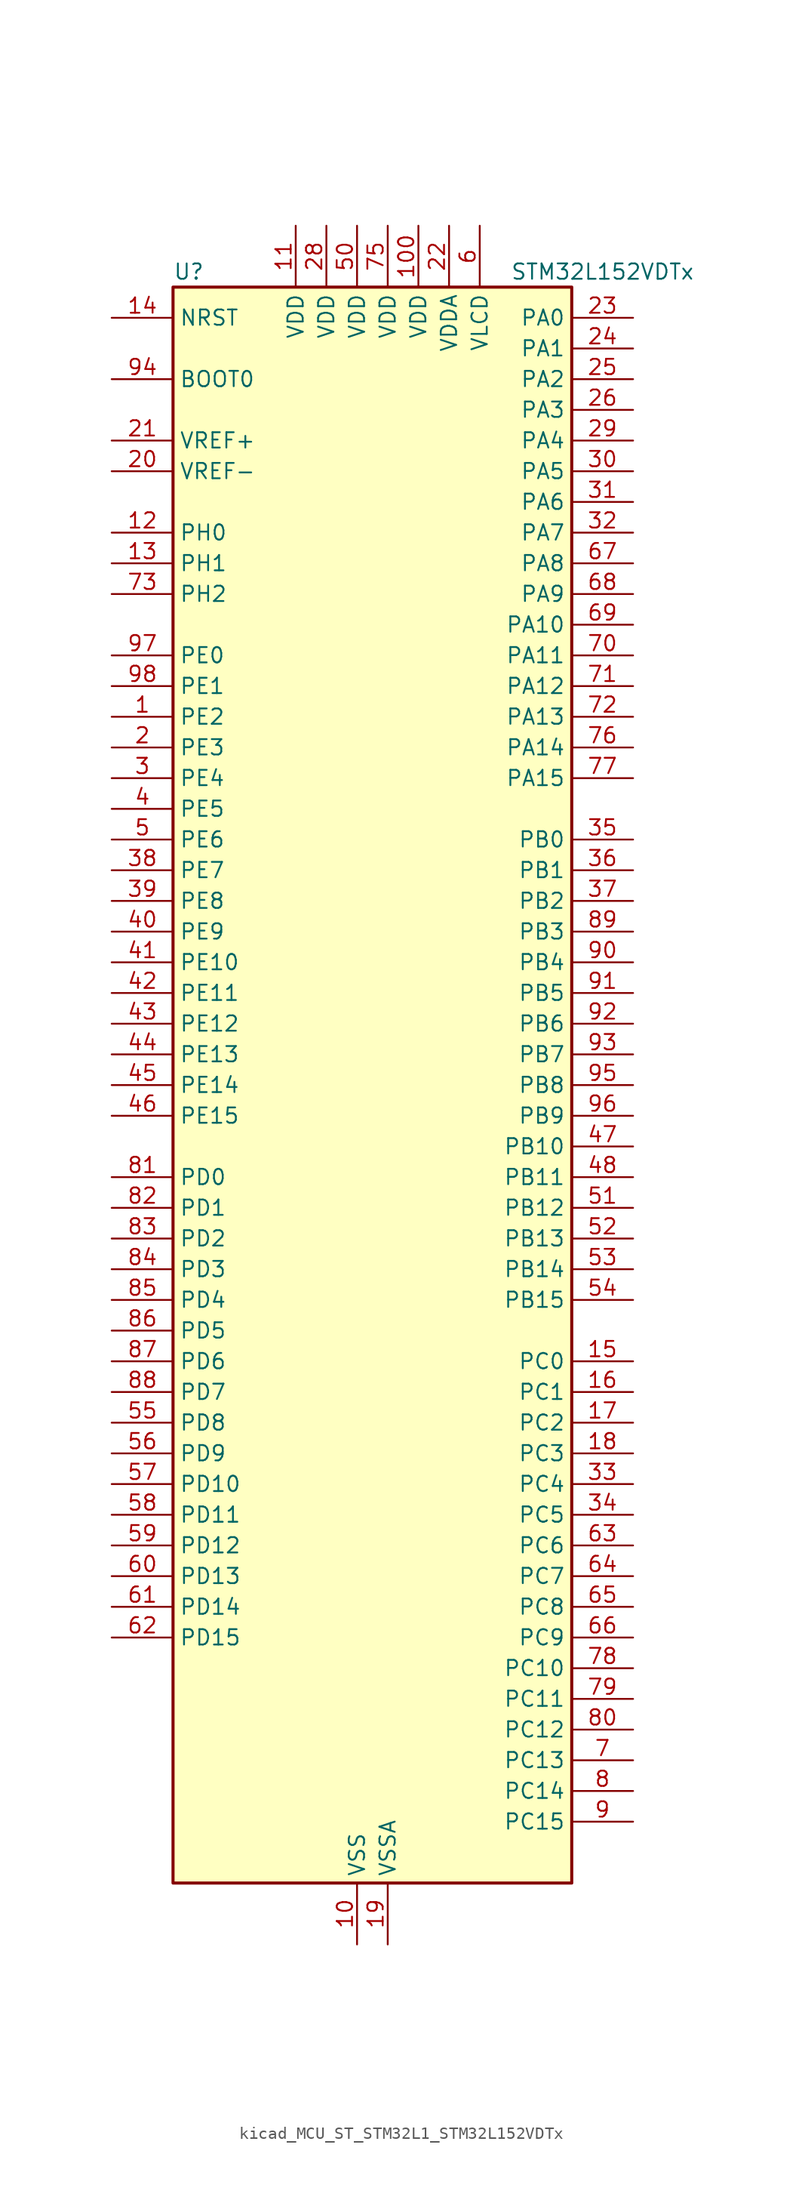
<source format=kicad_sym>
(kicad_symbol_lib
  (version 20220914)
  (generator kicad_symbol_editor)
  (symbol "kicad_MCU_ST_STM32L1_STM32L152VDTx"
    (property "Reference" "U"
      (at -15.24 67.31 0)
      (effects (font (size 1.27 1.27)) (justify left)))
    (property "Value" "STM32L152VDTx"
      (at 12.7 67.31 0)
      (effects (font (size 1.27 1.27)) (justify left)))
    (property "ki_locked" ""
      (at 0 0 0)
      (effects (font (size 1.27 1.27))))
    (symbol "kicad_MCU_ST_STM32L1_STM32L152VDTx_0_1"
      (rectangle (start -15.24 -66.04) (end 17.78 66.04) (stroke (width 0.254) (type default)) (fill (type background))))
    (symbol "kicad_MCU_ST_STM32L1_STM32L152VDTx_1_1"
      (pin bidirectional line (at -20.32 30.48 0) (length 5.08) (name "PE2" (effects (font (size 1.27 1.27)))) (number "1" (effects (font (size 1.27 1.27)))) (alternate "FSMC_A23" bidirectional line) (alternate "LCD_SEG38" bidirectional line) (alternate "SYS_TRACECK" bidirectional line) (alternate "TIM3_ETR" bidirectional line) (alternate "TIMX_IC3" bidirectional line))
      (pin power_in line (at 0 -71.12 90) (length 5.08) (name "VSS" (effects (font (size 1.27 1.27)))) (number "10" (effects (font (size 1.27 1.27)))))
      (pin power_in line (at 5.08 71.12 270) (length 5.08) (name "VDD" (effects (font (size 1.27 1.27)))) (number "100" (effects (font (size 1.27 1.27)))))
      (pin power_in line (at -5.08 71.12 270) (length 5.08) (name "VDD" (effects (font (size 1.27 1.27)))) (number "11" (effects (font (size 1.27 1.27)))))
      (pin bidirectional line (at -20.32 45.72 0) (length 5.08) (name "PH0" (effects (font (size 1.27 1.27)))) (number "12" (effects (font (size 1.27 1.27)))) (alternate "RCC_OSC_IN" bidirectional line))
      (pin bidirectional line (at -20.32 43.18 0) (length 5.08) (name "PH1" (effects (font (size 1.27 1.27)))) (number "13" (effects (font (size 1.27 1.27)))) (alternate "RCC_OSC_OUT" bidirectional line))
      (pin input line (at -20.32 63.5 0) (length 5.08) (name "NRST" (effects (font (size 1.27 1.27)))) (number "14" (effects (font (size 1.27 1.27)))))
      (pin bidirectional line (at 22.86 -22.86 180) (length 5.08) (name "PC0" (effects (font (size 1.27 1.27)))) (number "15" (effects (font (size 1.27 1.27)))) (alternate "ADC_IN10" bidirectional line) (alternate "COMP1_INP" bidirectional line) (alternate "LCD_SEG18" bidirectional line) (alternate "TIMX_IC1" bidirectional line) (alternate "TS_G8_IO1" bidirectional line))
      (pin bidirectional line (at 22.86 -25.4 180) (length 5.08) (name "PC1" (effects (font (size 1.27 1.27)))) (number "16" (effects (font (size 1.27 1.27)))) (alternate "ADC_IN11" bidirectional line) (alternate "COMP1_INP" bidirectional line) (alternate "LCD_SEG19" bidirectional line) (alternate "OPAMP3_VINP" bidirectional line) (alternate "TIMX_IC2" bidirectional line) (alternate "TS_G8_IO2" bidirectional line))
      (pin bidirectional line (at 22.86 -27.94 180) (length 5.08) (name "PC2" (effects (font (size 1.27 1.27)))) (number "17" (effects (font (size 1.27 1.27)))) (alternate "ADC_IN12" bidirectional line) (alternate "COMP1_INP" bidirectional line) (alternate "LCD_SEG20" bidirectional line) (alternate "OPAMP3_VINM" bidirectional line) (alternate "TIMX_IC3" bidirectional line) (alternate "TS_G8_IO3" bidirectional line))
      (pin bidirectional line (at 22.86 -30.48 180) (length 5.08) (name "PC3" (effects (font (size 1.27 1.27)))) (number "18" (effects (font (size 1.27 1.27)))) (alternate "ADC_IN13" bidirectional line) (alternate "COMP1_INP" bidirectional line) (alternate "LCD_SEG21" bidirectional line) (alternate "OPAMP3_VOUT" bidirectional line) (alternate "TIMX_IC4" bidirectional line) (alternate "TS_G8_IO4" bidirectional line))
      (pin power_in line (at 2.54 -71.12 90) (length 5.08) (name "VSSA" (effects (font (size 1.27 1.27)))) (number "19" (effects (font (size 1.27 1.27)))))
      (pin bidirectional line (at -20.32 27.94 0) (length 5.08) (name "PE3" (effects (font (size 1.27 1.27)))) (number "2" (effects (font (size 1.27 1.27)))) (alternate "FSMC_A19" bidirectional line) (alternate "LCD_SEG39" bidirectional line) (alternate "SYS_TRACED0" bidirectional line) (alternate "TIM3_CH1" bidirectional line) (alternate "TIMX_IC4" bidirectional line))
      (pin input line (at -20.32 50.8 0) (length 5.08) (name "VREF-" (effects (font (size 1.27 1.27)))) (number "20" (effects (font (size 1.27 1.27)))))
      (pin input line (at -20.32 53.34 0) (length 5.08) (name "VREF+" (effects (font (size 1.27 1.27)))) (number "21" (effects (font (size 1.27 1.27)))))
      (pin power_in line (at 7.62 71.12 270) (length 5.08) (name "VDDA" (effects (font (size 1.27 1.27)))) (number "22" (effects (font (size 1.27 1.27)))))
      (pin bidirectional line (at 22.86 63.5 180) (length 5.08) (name "PA0" (effects (font (size 1.27 1.27)))) (number "23" (effects (font (size 1.27 1.27)))) (alternate "ADC_IN0" bidirectional line) (alternate "COMP1_INP" bidirectional line) (alternate "RTC_TAMP2" bidirectional line) (alternate "SYS_WKUP1" bidirectional line) (alternate "TIM2_CH1" bidirectional line) (alternate "TIM2_ETR" bidirectional line) (alternate "TIM5_CH1" bidirectional line) (alternate "TIMX_IC1" bidirectional line) (alternate "TS_G1_IO1" bidirectional line) (alternate "USART2_CTS" bidirectional line))
      (pin bidirectional line (at 22.86 60.96 180) (length 5.08) (name "PA1" (effects (font (size 1.27 1.27)))) (number "24" (effects (font (size 1.27 1.27)))) (alternate "ADC_IN1" bidirectional line) (alternate "COMP1_INP" bidirectional line) (alternate "LCD_SEG0" bidirectional line) (alternate "OPAMP1_VINP" bidirectional line) (alternate "TIM2_CH2" bidirectional line) (alternate "TIM5_CH2" bidirectional line) (alternate "TIMX_IC2" bidirectional line) (alternate "TS_G1_IO2" bidirectional line) (alternate "USART2_RTS" bidirectional line))
      (pin bidirectional line (at 22.86 58.42 180) (length 5.08) (name "PA2" (effects (font (size 1.27 1.27)))) (number "25" (effects (font (size 1.27 1.27)))) (alternate "ADC_IN2" bidirectional line) (alternate "COMP1_INP" bidirectional line) (alternate "LCD_SEG1" bidirectional line) (alternate "OPAMP1_VINM" bidirectional line) (alternate "TIM2_CH3" bidirectional line) (alternate "TIM5_CH3" bidirectional line) (alternate "TIM9_CH1" bidirectional line) (alternate "TIMX_IC3" bidirectional line) (alternate "TS_G1_IO3" bidirectional line) (alternate "USART2_TX" bidirectional line))
      (pin bidirectional line (at 22.86 55.88 180) (length 5.08) (name "PA3" (effects (font (size 1.27 1.27)))) (number "26" (effects (font (size 1.27 1.27)))) (alternate "ADC_IN3" bidirectional line) (alternate "COMP1_INP" bidirectional line) (alternate "LCD_SEG2" bidirectional line) (alternate "OPAMP1_VOUT" bidirectional line) (alternate "TIM2_CH4" bidirectional line) (alternate "TIM5_CH4" bidirectional line) (alternate "TIM9_CH2" bidirectional line) (alternate "TIMX_IC4" bidirectional line) (alternate "TS_G1_IO4" bidirectional line) (alternate "USART2_RX" bidirectional line))
      (pin passive line (at 0 -71.12 90) (length 5.08) hide (name "VSS" (effects (font (size 1.27 1.27)))) (number "27" (effects (font (size 1.27 1.27)))))
      (pin power_in line (at -2.54 71.12 270) (length 5.08) (name "VDD" (effects (font (size 1.27 1.27)))) (number "28" (effects (font (size 1.27 1.27)))))
      (pin bidirectional line (at 22.86 53.34 180) (length 5.08) (name "PA4" (effects (font (size 1.27 1.27)))) (number "29" (effects (font (size 1.27 1.27)))) (alternate "ADC_IN4" bidirectional line) (alternate "COMP1_INP" bidirectional line) (alternate "DAC_OUT1" bidirectional line) (alternate "I2S3_WS" bidirectional line) (alternate "SPI1_NSS" bidirectional line) (alternate "SPI3_NSS" bidirectional line) (alternate "TIMX_IC1" bidirectional line) (alternate "USART2_CK" bidirectional line))
      (pin bidirectional line (at -20.32 25.4 0) (length 5.08) (name "PE4" (effects (font (size 1.27 1.27)))) (number "3" (effects (font (size 1.27 1.27)))) (alternate "FSMC_A20" bidirectional line) (alternate "SYS_TRACED1" bidirectional line) (alternate "TIM3_CH2" bidirectional line) (alternate "TIMX_IC1" bidirectional line))
      (pin bidirectional line (at 22.86 50.8 180) (length 5.08) (name "PA5" (effects (font (size 1.27 1.27)))) (number "30" (effects (font (size 1.27 1.27)))) (alternate "ADC_IN5" bidirectional line) (alternate "COMP1_INP" bidirectional line) (alternate "DAC_OUT2" bidirectional line) (alternate "SPI1_SCK" bidirectional line) (alternate "TIM2_CH1" bidirectional line) (alternate "TIM2_ETR" bidirectional line) (alternate "TIMX_IC2" bidirectional line))
      (pin bidirectional line (at 22.86 48.26 180) (length 5.08) (name "PA6" (effects (font (size 1.27 1.27)))) (number "31" (effects (font (size 1.27 1.27)))) (alternate "ADC_IN6" bidirectional line) (alternate "COMP1_INP" bidirectional line) (alternate "LCD_SEG3" bidirectional line) (alternate "OPAMP2_VINP" bidirectional line) (alternate "SPI1_MISO" bidirectional line) (alternate "TIM10_CH1" bidirectional line) (alternate "TIM3_CH1" bidirectional line) (alternate "TIMX_IC3" bidirectional line) (alternate "TS_G2_IO1" bidirectional line))
      (pin bidirectional line (at 22.86 45.72 180) (length 5.08) (name "PA7" (effects (font (size 1.27 1.27)))) (number "32" (effects (font (size 1.27 1.27)))) (alternate "ADC_IN7" bidirectional line) (alternate "COMP1_INP" bidirectional line) (alternate "LCD_SEG4" bidirectional line) (alternate "OPAMP2_VINM" bidirectional line) (alternate "SPI1_MOSI" bidirectional line) (alternate "TIM11_CH1" bidirectional line) (alternate "TIM3_CH2" bidirectional line) (alternate "TIMX_IC4" bidirectional line) (alternate "TS_G2_IO2" bidirectional line))
      (pin bidirectional line (at 22.86 -33.02 180) (length 5.08) (name "PC4" (effects (font (size 1.27 1.27)))) (number "33" (effects (font (size 1.27 1.27)))) (alternate "ADC_IN14" bidirectional line) (alternate "COMP1_INP" bidirectional line) (alternate "LCD_SEG22" bidirectional line) (alternate "TIMX_IC1" bidirectional line) (alternate "TS_G9_IO1" bidirectional line))
      (pin bidirectional line (at 22.86 -35.56 180) (length 5.08) (name "PC5" (effects (font (size 1.27 1.27)))) (number "34" (effects (font (size 1.27 1.27)))) (alternate "ADC_IN15" bidirectional line) (alternate "COMP1_INP" bidirectional line) (alternate "LCD_SEG23" bidirectional line) (alternate "TIMX_IC2" bidirectional line) (alternate "TS_G9_IO2" bidirectional line))
      (pin bidirectional line (at 22.86 20.32 180) (length 5.08) (name "PB0" (effects (font (size 1.27 1.27)))) (number "35" (effects (font (size 1.27 1.27)))) (alternate "ADC_IN8" bidirectional line) (alternate "COMP1_INP" bidirectional line) (alternate "LCD_SEG5" bidirectional line) (alternate "OPAMP2_VOUT" bidirectional line) (alternate "SYS_V_REF_OUT" bidirectional line) (alternate "TIM3_CH3" bidirectional line) (alternate "TS_G3_IO1" bidirectional line))
      (pin bidirectional line (at 22.86 17.78 180) (length 5.08) (name "PB1" (effects (font (size 1.27 1.27)))) (number "36" (effects (font (size 1.27 1.27)))) (alternate "ADC_IN9" bidirectional line) (alternate "COMP1_INP" bidirectional line) (alternate "LCD_SEG6" bidirectional line) (alternate "SYS_V_REF_OUT" bidirectional line) (alternate "TIM3_CH4" bidirectional line) (alternate "TS_G3_IO2" bidirectional line))
      (pin bidirectional line (at 22.86 15.24 180) (length 5.08) (name "PB2" (effects (font (size 1.27 1.27)))) (number "37" (effects (font (size 1.27 1.27)))) (alternate "TS_G3_IO3" bidirectional line))
      (pin bidirectional line (at -20.32 17.78 0) (length 5.08) (name "PE7" (effects (font (size 1.27 1.27)))) (number "38" (effects (font (size 1.27 1.27)))) (alternate "ADC_IN22" bidirectional line) (alternate "COMP1_INP" bidirectional line) (alternate "FSMC_D4" bidirectional line) (alternate "FSMC_DA4" bidirectional line) (alternate "TIMX_IC4" bidirectional line))
      (pin bidirectional line (at -20.32 15.24 0) (length 5.08) (name "PE8" (effects (font (size 1.27 1.27)))) (number "39" (effects (font (size 1.27 1.27)))) (alternate "ADC_IN23" bidirectional line) (alternate "COMP1_INP" bidirectional line) (alternate "FSMC_D5" bidirectional line) (alternate "FSMC_DA5" bidirectional line) (alternate "TIMX_IC1" bidirectional line))
      (pin bidirectional line (at -20.32 22.86 0) (length 5.08) (name "PE5" (effects (font (size 1.27 1.27)))) (number "4" (effects (font (size 1.27 1.27)))) (alternate "FSMC_A21" bidirectional line) (alternate "SYS_TRACED2" bidirectional line) (alternate "TIM9_CH1" bidirectional line) (alternate "TIMX_IC2" bidirectional line))
      (pin bidirectional line (at -20.32 12.7 0) (length 5.08) (name "PE9" (effects (font (size 1.27 1.27)))) (number "40" (effects (font (size 1.27 1.27)))) (alternate "ADC_IN24" bidirectional line) (alternate "COMP1_INP" bidirectional line) (alternate "DAC_EXTI9" bidirectional line) (alternate "FSMC_D6" bidirectional line) (alternate "FSMC_DA6" bidirectional line) (alternate "TIM2_CH1" bidirectional line) (alternate "TIM2_ETR" bidirectional line) (alternate "TIMX_IC2" bidirectional line))
      (pin bidirectional line (at -20.32 10.16 0) (length 5.08) (name "PE10" (effects (font (size 1.27 1.27)))) (number "41" (effects (font (size 1.27 1.27)))) (alternate "ADC_IN25" bidirectional line) (alternate "COMP1_INP" bidirectional line) (alternate "FSMC_D7" bidirectional line) (alternate "FSMC_DA7" bidirectional line) (alternate "TIM2_CH2" bidirectional line) (alternate "TIMX_IC3" bidirectional line))
      (pin bidirectional line (at -20.32 7.62 0) (length 5.08) (name "PE11" (effects (font (size 1.27 1.27)))) (number "42" (effects (font (size 1.27 1.27)))) (alternate "ADC_EXTI11" bidirectional line) (alternate "FSMC_D8" bidirectional line) (alternate "FSMC_DA8" bidirectional line) (alternate "TIM2_CH3" bidirectional line) (alternate "TIMX_IC4" bidirectional line))
      (pin bidirectional line (at -20.32 5.08 0) (length 5.08) (name "PE12" (effects (font (size 1.27 1.27)))) (number "43" (effects (font (size 1.27 1.27)))) (alternate "FSMC_D9" bidirectional line) (alternate "FSMC_DA9" bidirectional line) (alternate "SPI1_NSS" bidirectional line) (alternate "TIM2_CH4" bidirectional line) (alternate "TIMX_IC1" bidirectional line))
      (pin bidirectional line (at -20.32 2.54 0) (length 5.08) (name "PE13" (effects (font (size 1.27 1.27)))) (number "44" (effects (font (size 1.27 1.27)))) (alternate "FSMC_D10" bidirectional line) (alternate "FSMC_DA10" bidirectional line) (alternate "SPI1_SCK" bidirectional line) (alternate "TIMX_IC2" bidirectional line))
      (pin bidirectional line (at -20.32 0 0) (length 5.08) (name "PE14" (effects (font (size 1.27 1.27)))) (number "45" (effects (font (size 1.27 1.27)))) (alternate "FSMC_D11" bidirectional line) (alternate "FSMC_DA11" bidirectional line) (alternate "SPI1_MISO" bidirectional line) (alternate "TIMX_IC3" bidirectional line))
      (pin bidirectional line (at -20.32 -2.54 0) (length 5.08) (name "PE15" (effects (font (size 1.27 1.27)))) (number "46" (effects (font (size 1.27 1.27)))) (alternate "ADC_EXTI15" bidirectional line) (alternate "FSMC_D12" bidirectional line) (alternate "FSMC_DA12" bidirectional line) (alternate "SPI1_MOSI" bidirectional line) (alternate "TIMX_IC4" bidirectional line))
      (pin bidirectional line (at 22.86 -5.08 180) (length 5.08) (name "PB10" (effects (font (size 1.27 1.27)))) (number "47" (effects (font (size 1.27 1.27)))) (alternate "I2C2_SCL" bidirectional line) (alternate "LCD_SEG10" bidirectional line) (alternate "TIM2_CH3" bidirectional line) (alternate "USART3_TX" bidirectional line))
      (pin bidirectional line (at 22.86 -7.62 180) (length 5.08) (name "PB11" (effects (font (size 1.27 1.27)))) (number "48" (effects (font (size 1.27 1.27)))) (alternate "ADC_EXTI11" bidirectional line) (alternate "I2C2_SDA" bidirectional line) (alternate "LCD_SEG11" bidirectional line) (alternate "TIM2_CH4" bidirectional line) (alternate "USART3_RX" bidirectional line))
      (pin passive line (at 0 -71.12 90) (length 5.08) hide (name "VSS" (effects (font (size 1.27 1.27)))) (number "49" (effects (font (size 1.27 1.27)))))
      (pin bidirectional line (at -20.32 20.32 0) (length 5.08) (name "PE6" (effects (font (size 1.27 1.27)))) (number "5" (effects (font (size 1.27 1.27)))) (alternate "RTC_TAMP3" bidirectional line) (alternate "SYS_TRACED3" bidirectional line) (alternate "SYS_WKUP3" bidirectional line) (alternate "TIM9_CH2" bidirectional line) (alternate "TIMX_IC3" bidirectional line))
      (pin power_in line (at 0 71.12 270) (length 5.08) (name "VDD" (effects (font (size 1.27 1.27)))) (number "50" (effects (font (size 1.27 1.27)))))
      (pin bidirectional line (at 22.86 -10.16 180) (length 5.08) (name "PB12" (effects (font (size 1.27 1.27)))) (number "51" (effects (font (size 1.27 1.27)))) (alternate "ADC_IN18" bidirectional line) (alternate "COMP1_INP" bidirectional line) (alternate "I2C2_SMBA" bidirectional line) (alternate "I2S2_WS" bidirectional line) (alternate "LCD_SEG12" bidirectional line) (alternate "SPI2_NSS" bidirectional line) (alternate "TIM10_CH1" bidirectional line) (alternate "TS_G7_IO1" bidirectional line) (alternate "USART3_CK" bidirectional line))
      (pin bidirectional line (at 22.86 -12.7 180) (length 5.08) (name "PB13" (effects (font (size 1.27 1.27)))) (number "52" (effects (font (size 1.27 1.27)))) (alternate "ADC_IN19" bidirectional line) (alternate "COMP1_INP" bidirectional line) (alternate "I2S2_CK" bidirectional line) (alternate "LCD_SEG13" bidirectional line) (alternate "SPI2_SCK" bidirectional line) (alternate "TIM9_CH1" bidirectional line) (alternate "TS_G7_IO2" bidirectional line) (alternate "USART3_CTS" bidirectional line))
      (pin bidirectional line (at 22.86 -15.24 180) (length 5.08) (name "PB14" (effects (font (size 1.27 1.27)))) (number "53" (effects (font (size 1.27 1.27)))) (alternate "ADC_IN20" bidirectional line) (alternate "COMP1_INP" bidirectional line) (alternate "LCD_SEG14" bidirectional line) (alternate "SPI2_MISO" bidirectional line) (alternate "TIM9_CH2" bidirectional line) (alternate "TS_G7_IO3" bidirectional line) (alternate "USART3_RTS" bidirectional line))
      (pin bidirectional line (at 22.86 -17.78 180) (length 5.08) (name "PB15" (effects (font (size 1.27 1.27)))) (number "54" (effects (font (size 1.27 1.27)))) (alternate "ADC_EXTI15" bidirectional line) (alternate "ADC_IN21" bidirectional line) (alternate "COMP1_INP" bidirectional line) (alternate "I2S2_SD" bidirectional line) (alternate "LCD_SEG15" bidirectional line) (alternate "RTC_REFIN" bidirectional line) (alternate "SPI2_MOSI" bidirectional line) (alternate "TIM11_CH1" bidirectional line) (alternate "TS_G7_IO4" bidirectional line))
      (pin bidirectional line (at -20.32 -27.94 0) (length 5.08) (name "PD8" (effects (font (size 1.27 1.27)))) (number "55" (effects (font (size 1.27 1.27)))) (alternate "FSMC_D13" bidirectional line) (alternate "FSMC_DA13" bidirectional line) (alternate "LCD_SEG28" bidirectional line) (alternate "TIMX_IC1" bidirectional line) (alternate "USART3_TX" bidirectional line))
      (pin bidirectional line (at -20.32 -30.48 0) (length 5.08) (name "PD9" (effects (font (size 1.27 1.27)))) (number "56" (effects (font (size 1.27 1.27)))) (alternate "DAC_EXTI9" bidirectional line) (alternate "FSMC_D14" bidirectional line) (alternate "FSMC_DA14" bidirectional line) (alternate "LCD_SEG29" bidirectional line) (alternate "TIMX_IC2" bidirectional line) (alternate "USART3_RX" bidirectional line))
      (pin bidirectional line (at -20.32 -33.02 0) (length 5.08) (name "PD10" (effects (font (size 1.27 1.27)))) (number "57" (effects (font (size 1.27 1.27)))) (alternate "FSMC_D15" bidirectional line) (alternate "FSMC_DA15" bidirectional line) (alternate "LCD_SEG30" bidirectional line) (alternate "TIMX_IC3" bidirectional line) (alternate "USART3_CK" bidirectional line))
      (pin bidirectional line (at -20.32 -35.56 0) (length 5.08) (name "PD11" (effects (font (size 1.27 1.27)))) (number "58" (effects (font (size 1.27 1.27)))) (alternate "ADC_EXTI11" bidirectional line) (alternate "FSMC_A16" bidirectional line) (alternate "LCD_SEG31" bidirectional line) (alternate "TIMX_IC4" bidirectional line) (alternate "USART3_CTS" bidirectional line))
      (pin bidirectional line (at -20.32 -38.1 0) (length 5.08) (name "PD12" (effects (font (size 1.27 1.27)))) (number "59" (effects (font (size 1.27 1.27)))) (alternate "FSMC_A17" bidirectional line) (alternate "LCD_SEG32" bidirectional line) (alternate "TIM4_CH1" bidirectional line) (alternate "TIMX_IC1" bidirectional line) (alternate "USART3_RTS" bidirectional line))
      (pin power_in line (at 10.16 71.12 270) (length 5.08) (name "VLCD" (effects (font (size 1.27 1.27)))) (number "6" (effects (font (size 1.27 1.27)))))
      (pin bidirectional line (at -20.32 -40.64 0) (length 5.08) (name "PD13" (effects (font (size 1.27 1.27)))) (number "60" (effects (font (size 1.27 1.27)))) (alternate "FSMC_A18" bidirectional line) (alternate "LCD_SEG33" bidirectional line) (alternate "TIM4_CH2" bidirectional line) (alternate "TIMX_IC2" bidirectional line))
      (pin bidirectional line (at -20.32 -43.18 0) (length 5.08) (name "PD14" (effects (font (size 1.27 1.27)))) (number "61" (effects (font (size 1.27 1.27)))) (alternate "FSMC_D0" bidirectional line) (alternate "FSMC_DA0" bidirectional line) (alternate "LCD_SEG34" bidirectional line) (alternate "TIM4_CH3" bidirectional line) (alternate "TIMX_IC3" bidirectional line))
      (pin bidirectional line (at -20.32 -45.72 0) (length 5.08) (name "PD15" (effects (font (size 1.27 1.27)))) (number "62" (effects (font (size 1.27 1.27)))) (alternate "ADC_EXTI15" bidirectional line) (alternate "FSMC_D1" bidirectional line) (alternate "FSMC_DA1" bidirectional line) (alternate "LCD_SEG35" bidirectional line) (alternate "TIM4_CH4" bidirectional line) (alternate "TIMX_IC4" bidirectional line))
      (pin bidirectional line (at 22.86 -38.1 180) (length 5.08) (name "PC6" (effects (font (size 1.27 1.27)))) (number "63" (effects (font (size 1.27 1.27)))) (alternate "I2S2_MCK" bidirectional line) (alternate "LCD_SEG24" bidirectional line) (alternate "SDIO_D6" bidirectional line) (alternate "TIM3_CH1" bidirectional line) (alternate "TIMX_IC3" bidirectional line) (alternate "TS_G10_IO1" bidirectional line))
      (pin bidirectional line (at 22.86 -40.64 180) (length 5.08) (name "PC7" (effects (font (size 1.27 1.27)))) (number "64" (effects (font (size 1.27 1.27)))) (alternate "I2S3_MCK" bidirectional line) (alternate "LCD_SEG25" bidirectional line) (alternate "SDIO_D7" bidirectional line) (alternate "TIM3_CH2" bidirectional line) (alternate "TIMX_IC4" bidirectional line) (alternate "TS_G10_IO2" bidirectional line))
      (pin bidirectional line (at 22.86 -43.18 180) (length 5.08) (name "PC8" (effects (font (size 1.27 1.27)))) (number "65" (effects (font (size 1.27 1.27)))) (alternate "LCD_SEG26" bidirectional line) (alternate "SDIO_D0" bidirectional line) (alternate "TIM3_CH3" bidirectional line) (alternate "TIMX_IC1" bidirectional line) (alternate "TS_G10_IO3" bidirectional line))
      (pin bidirectional line (at 22.86 -45.72 180) (length 5.08) (name "PC9" (effects (font (size 1.27 1.27)))) (number "66" (effects (font (size 1.27 1.27)))) (alternate "DAC_EXTI9" bidirectional line) (alternate "LCD_SEG27" bidirectional line) (alternate "SDIO_D1" bidirectional line) (alternate "TIM3_CH4" bidirectional line) (alternate "TIMX_IC2" bidirectional line) (alternate "TS_G10_IO4" bidirectional line))
      (pin bidirectional line (at 22.86 43.18 180) (length 5.08) (name "PA8" (effects (font (size 1.27 1.27)))) (number "67" (effects (font (size 1.27 1.27)))) (alternate "LCD_COM0" bidirectional line) (alternate "RCC_MCO" bidirectional line) (alternate "TIMX_IC1" bidirectional line) (alternate "TS_G4_IO1" bidirectional line) (alternate "USART1_CK" bidirectional line))
      (pin bidirectional line (at 22.86 40.64 180) (length 5.08) (name "PA9" (effects (font (size 1.27 1.27)))) (number "68" (effects (font (size 1.27 1.27)))) (alternate "DAC_EXTI9" bidirectional line) (alternate "LCD_COM1" bidirectional line) (alternate "TIMX_IC2" bidirectional line) (alternate "TS_G4_IO2" bidirectional line) (alternate "USART1_TX" bidirectional line))
      (pin bidirectional line (at 22.86 38.1 180) (length 5.08) (name "PA10" (effects (font (size 1.27 1.27)))) (number "69" (effects (font (size 1.27 1.27)))) (alternate "LCD_COM2" bidirectional line) (alternate "TIMX_IC3" bidirectional line) (alternate "TS_G4_IO3" bidirectional line) (alternate "USART1_RX" bidirectional line))
      (pin bidirectional line (at 22.86 -55.88 180) (length 5.08) (name "PC13" (effects (font (size 1.27 1.27)))) (number "7" (effects (font (size 1.27 1.27)))) (alternate "RTC_OUT_ALARM" bidirectional line) (alternate "RTC_OUT_CALIB" bidirectional line) (alternate "RTC_TAMP1" bidirectional line) (alternate "RTC_TS" bidirectional line) (alternate "SYS_WKUP2" bidirectional line) (alternate "TIMX_IC2" bidirectional line))
      (pin bidirectional line (at 22.86 35.56 180) (length 5.08) (name "PA11" (effects (font (size 1.27 1.27)))) (number "70" (effects (font (size 1.27 1.27)))) (alternate "ADC_EXTI11" bidirectional line) (alternate "SPI1_MISO" bidirectional line) (alternate "TIMX_IC4" bidirectional line) (alternate "USART1_CTS" bidirectional line) (alternate "USB_DM" bidirectional line))
      (pin bidirectional line (at 22.86 33.02 180) (length 5.08) (name "PA12" (effects (font (size 1.27 1.27)))) (number "71" (effects (font (size 1.27 1.27)))) (alternate "SPI1_MOSI" bidirectional line) (alternate "TIMX_IC1" bidirectional line) (alternate "USART1_RTS" bidirectional line) (alternate "USB_DP" bidirectional line))
      (pin bidirectional line (at 22.86 30.48 180) (length 5.08) (name "PA13" (effects (font (size 1.27 1.27)))) (number "72" (effects (font (size 1.27 1.27)))) (alternate "SYS_JTMS-SWDIO" bidirectional line) (alternate "TIMX_IC2" bidirectional line) (alternate "TS_G5_IO1" bidirectional line))
      (pin bidirectional line (at -20.32 40.64 0) (length 5.08) (name "PH2" (effects (font (size 1.27 1.27)))) (number "73" (effects (font (size 1.27 1.27)))) (alternate "FSMC_A22" bidirectional line))
      (pin passive line (at 0 -71.12 90) (length 5.08) hide (name "VSS" (effects (font (size 1.27 1.27)))) (number "74" (effects (font (size 1.27 1.27)))))
      (pin power_in line (at 2.54 71.12 270) (length 5.08) (name "VDD" (effects (font (size 1.27 1.27)))) (number "75" (effects (font (size 1.27 1.27)))))
      (pin bidirectional line (at 22.86 27.94 180) (length 5.08) (name "PA14" (effects (font (size 1.27 1.27)))) (number "76" (effects (font (size 1.27 1.27)))) (alternate "SYS_JTCK-SWCLK" bidirectional line) (alternate "TIMX_IC3" bidirectional line) (alternate "TS_G5_IO2" bidirectional line))
      (pin bidirectional line (at 22.86 25.4 180) (length 5.08) (name "PA15" (effects (font (size 1.27 1.27)))) (number "77" (effects (font (size 1.27 1.27)))) (alternate "ADC_EXTI15" bidirectional line) (alternate "I2S3_WS" bidirectional line) (alternate "LCD_SEG17" bidirectional line) (alternate "SPI1_NSS" bidirectional line) (alternate "SPI3_NSS" bidirectional line) (alternate "SYS_JTDI" bidirectional line) (alternate "TIM2_CH1" bidirectional line) (alternate "TIM2_ETR" bidirectional line) (alternate "TIMX_IC4" bidirectional line) (alternate "TS_G5_IO3" bidirectional line))
      (pin bidirectional line (at 22.86 -48.26 180) (length 5.08) (name "PC10" (effects (font (size 1.27 1.27)))) (number "78" (effects (font (size 1.27 1.27)))) (alternate "I2S3_CK" bidirectional line) (alternate "LCD_COM4" bidirectional line) (alternate "LCD_SEG28" bidirectional line) (alternate "LCD_SEG40" bidirectional line) (alternate "SDIO_D2" bidirectional line) (alternate "SPI3_SCK" bidirectional line) (alternate "TIMX_IC3" bidirectional line) (alternate "UART4_TX" bidirectional line) (alternate "USART3_TX" bidirectional line))
      (pin bidirectional line (at 22.86 -50.8 180) (length 5.08) (name "PC11" (effects (font (size 1.27 1.27)))) (number "79" (effects (font (size 1.27 1.27)))) (alternate "ADC_EXTI11" bidirectional line) (alternate "LCD_COM5" bidirectional line) (alternate "LCD_SEG29" bidirectional line) (alternate "LCD_SEG41" bidirectional line) (alternate "SDIO_D3" bidirectional line) (alternate "SPI3_MISO" bidirectional line) (alternate "TIMX_IC4" bidirectional line) (alternate "UART4_RX" bidirectional line) (alternate "USART3_RX" bidirectional line))
      (pin bidirectional line (at 22.86 -58.42 180) (length 5.08) (name "PC14" (effects (font (size 1.27 1.27)))) (number "8" (effects (font (size 1.27 1.27)))) (alternate "RCC_OSC32_IN" bidirectional line) (alternate "TIMX_IC3" bidirectional line))
      (pin bidirectional line (at 22.86 -53.34 180) (length 5.08) (name "PC12" (effects (font (size 1.27 1.27)))) (number "80" (effects (font (size 1.27 1.27)))) (alternate "I2S3_SD" bidirectional line) (alternate "LCD_COM6" bidirectional line) (alternate "LCD_SEG30" bidirectional line) (alternate "LCD_SEG42" bidirectional line) (alternate "SDIO_CK" bidirectional line) (alternate "SPI3_MOSI" bidirectional line) (alternate "TIMX_IC1" bidirectional line) (alternate "UART5_TX" bidirectional line) (alternate "USART3_CK" bidirectional line))
      (pin bidirectional line (at -20.32 -7.62 0) (length 5.08) (name "PD0" (effects (font (size 1.27 1.27)))) (number "81" (effects (font (size 1.27 1.27)))) (alternate "FSMC_D2" bidirectional line) (alternate "FSMC_DA2" bidirectional line) (alternate "I2S2_WS" bidirectional line) (alternate "SPI2_NSS" bidirectional line) (alternate "TIM9_CH1" bidirectional line) (alternate "TIMX_IC1" bidirectional line))
      (pin bidirectional line (at -20.32 -10.16 0) (length 5.08) (name "PD1" (effects (font (size 1.27 1.27)))) (number "82" (effects (font (size 1.27 1.27)))) (alternate "FSMC_D3" bidirectional line) (alternate "FSMC_DA3" bidirectional line) (alternate "I2S2_CK" bidirectional line) (alternate "SPI2_SCK" bidirectional line) (alternate "TIMX_IC2" bidirectional line))
      (pin bidirectional line (at -20.32 -12.7 0) (length 5.08) (name "PD2" (effects (font (size 1.27 1.27)))) (number "83" (effects (font (size 1.27 1.27)))) (alternate "LCD_COM7" bidirectional line) (alternate "LCD_SEG31" bidirectional line) (alternate "LCD_SEG43" bidirectional line) (alternate "SDIO_CMD" bidirectional line) (alternate "TIM3_ETR" bidirectional line) (alternate "TIMX_IC3" bidirectional line) (alternate "UART5_RX" bidirectional line))
      (pin bidirectional line (at -20.32 -15.24 0) (length 5.08) (name "PD3" (effects (font (size 1.27 1.27)))) (number "84" (effects (font (size 1.27 1.27)))) (alternate "FSMC_CLK" bidirectional line) (alternate "SPI2_MISO" bidirectional line) (alternate "TIMX_IC4" bidirectional line) (alternate "USART2_CTS" bidirectional line))
      (pin bidirectional line (at -20.32 -17.78 0) (length 5.08) (name "PD4" (effects (font (size 1.27 1.27)))) (number "85" (effects (font (size 1.27 1.27)))) (alternate "FSMC_NOE" bidirectional line) (alternate "I2S2_SD" bidirectional line) (alternate "SPI2_MOSI" bidirectional line) (alternate "TIMX_IC1" bidirectional line) (alternate "USART2_RTS" bidirectional line))
      (pin bidirectional line (at -20.32 -20.32 0) (length 5.08) (name "PD5" (effects (font (size 1.27 1.27)))) (number "86" (effects (font (size 1.27 1.27)))) (alternate "FSMC_NWE" bidirectional line) (alternate "TIMX_IC2" bidirectional line) (alternate "USART2_TX" bidirectional line))
      (pin bidirectional line (at -20.32 -22.86 0) (length 5.08) (name "PD6" (effects (font (size 1.27 1.27)))) (number "87" (effects (font (size 1.27 1.27)))) (alternate "FSMC_NWAIT" bidirectional line) (alternate "TIMX_IC3" bidirectional line) (alternate "USART2_RX" bidirectional line))
      (pin bidirectional line (at -20.32 -25.4 0) (length 5.08) (name "PD7" (effects (font (size 1.27 1.27)))) (number "88" (effects (font (size 1.27 1.27)))) (alternate "FSMC_NE1" bidirectional line) (alternate "TIM9_CH2" bidirectional line) (alternate "TIMX_IC4" bidirectional line) (alternate "USART2_CK" bidirectional line))
      (pin bidirectional line (at 22.86 12.7 180) (length 5.08) (name "PB3" (effects (font (size 1.27 1.27)))) (number "89" (effects (font (size 1.27 1.27)))) (alternate "COMP2_INM" bidirectional line) (alternate "I2S3_CK" bidirectional line) (alternate "LCD_SEG7" bidirectional line) (alternate "SPI1_SCK" bidirectional line) (alternate "SPI3_SCK" bidirectional line) (alternate "SYS_JTDO-TRACESWO" bidirectional line) (alternate "TIM2_CH2" bidirectional line))
      (pin bidirectional line (at 22.86 -60.96 180) (length 5.08) (name "PC15" (effects (font (size 1.27 1.27)))) (number "9" (effects (font (size 1.27 1.27)))) (alternate "ADC_EXTI15" bidirectional line) (alternate "RCC_OSC32_OUT" bidirectional line) (alternate "TIMX_IC4" bidirectional line))
      (pin bidirectional line (at 22.86 10.16 180) (length 5.08) (name "PB4" (effects (font (size 1.27 1.27)))) (number "90" (effects (font (size 1.27 1.27)))) (alternate "COMP2_INP" bidirectional line) (alternate "LCD_SEG8" bidirectional line) (alternate "SPI1_MISO" bidirectional line) (alternate "SPI3_MISO" bidirectional line) (alternate "SYS_JTRST" bidirectional line) (alternate "TIM3_CH1" bidirectional line) (alternate "TS_G6_IO1" bidirectional line))
      (pin bidirectional line (at 22.86 7.62 180) (length 5.08) (name "PB5" (effects (font (size 1.27 1.27)))) (number "91" (effects (font (size 1.27 1.27)))) (alternate "COMP2_INP" bidirectional line) (alternate "I2C1_SMBA" bidirectional line) (alternate "I2S3_SD" bidirectional line) (alternate "LCD_SEG9" bidirectional line) (alternate "SPI1_MOSI" bidirectional line) (alternate "SPI3_MOSI" bidirectional line) (alternate "TIM3_CH2" bidirectional line) (alternate "TS_G6_IO2" bidirectional line))
      (pin bidirectional line (at 22.86 5.08 180) (length 5.08) (name "PB6" (effects (font (size 1.27 1.27)))) (number "92" (effects (font (size 1.27 1.27)))) (alternate "COMP2_INP" bidirectional line) (alternate "I2C1_SCL" bidirectional line) (alternate "TIM4_CH1" bidirectional line) (alternate "TS_G6_IO3" bidirectional line) (alternate "USART1_TX" bidirectional line))
      (pin bidirectional line (at 22.86 2.54 180) (length 5.08) (name "PB7" (effects (font (size 1.27 1.27)))) (number "93" (effects (font (size 1.27 1.27)))) (alternate "COMP2_INP" bidirectional line) (alternate "FSMC_NL" bidirectional line) (alternate "I2C1_SDA" bidirectional line) (alternate "SYS_PVD_IN" bidirectional line) (alternate "TIM4_CH2" bidirectional line) (alternate "TS_G6_IO4" bidirectional line) (alternate "USART1_RX" bidirectional line))
      (pin input line (at -20.32 58.42 0) (length 5.08) (name "BOOT0" (effects (font (size 1.27 1.27)))) (number "94" (effects (font (size 1.27 1.27)))))
      (pin bidirectional line (at 22.86 0 180) (length 5.08) (name "PB8" (effects (font (size 1.27 1.27)))) (number "95" (effects (font (size 1.27 1.27)))) (alternate "I2C1_SCL" bidirectional line) (alternate "LCD_SEG16" bidirectional line) (alternate "SDIO_D4" bidirectional line) (alternate "TIM10_CH1" bidirectional line) (alternate "TIM4_CH3" bidirectional line))
      (pin bidirectional line (at 22.86 -2.54 180) (length 5.08) (name "PB9" (effects (font (size 1.27 1.27)))) (number "96" (effects (font (size 1.27 1.27)))) (alternate "DAC_EXTI9" bidirectional line) (alternate "I2C1_SDA" bidirectional line) (alternate "LCD_COM3" bidirectional line) (alternate "SDIO_D5" bidirectional line) (alternate "TIM11_CH1" bidirectional line) (alternate "TIM4_CH4" bidirectional line))
      (pin bidirectional line (at -20.32 35.56 0) (length 5.08) (name "PE0" (effects (font (size 1.27 1.27)))) (number "97" (effects (font (size 1.27 1.27)))) (alternate "FSMC_NBL0" bidirectional line) (alternate "LCD_SEG36" bidirectional line) (alternate "TIM10_CH1" bidirectional line) (alternate "TIM4_ETR" bidirectional line) (alternate "TIMX_IC1" bidirectional line))
      (pin bidirectional line (at -20.32 33.02 0) (length 5.08) (name "PE1" (effects (font (size 1.27 1.27)))) (number "98" (effects (font (size 1.27 1.27)))) (alternate "FSMC_NBL1" bidirectional line) (alternate "LCD_SEG37" bidirectional line) (alternate "TIM11_CH1" bidirectional line) (alternate "TIMX_IC2" bidirectional line))
      (pin passive line (at 0 -71.12 90) (length 5.08) hide (name "VSS" (effects (font (size 1.27 1.27)))) (number "99" (effects (font (size 1.27 1.27))))))))
</source>
